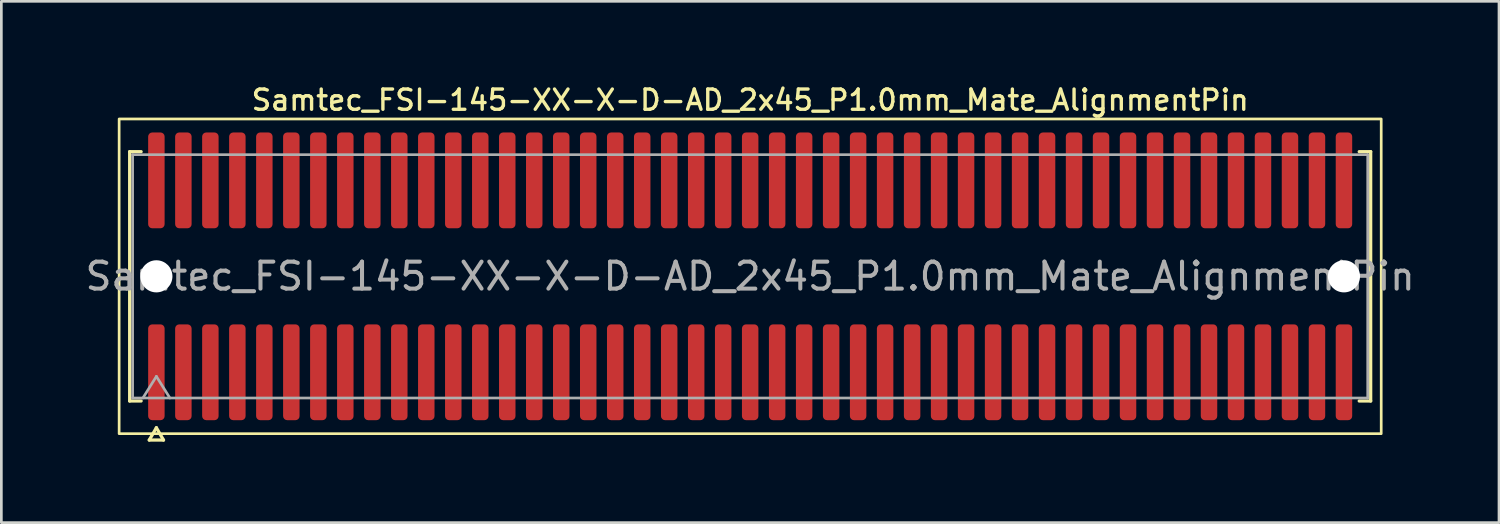
<source format=kicad_pcb>
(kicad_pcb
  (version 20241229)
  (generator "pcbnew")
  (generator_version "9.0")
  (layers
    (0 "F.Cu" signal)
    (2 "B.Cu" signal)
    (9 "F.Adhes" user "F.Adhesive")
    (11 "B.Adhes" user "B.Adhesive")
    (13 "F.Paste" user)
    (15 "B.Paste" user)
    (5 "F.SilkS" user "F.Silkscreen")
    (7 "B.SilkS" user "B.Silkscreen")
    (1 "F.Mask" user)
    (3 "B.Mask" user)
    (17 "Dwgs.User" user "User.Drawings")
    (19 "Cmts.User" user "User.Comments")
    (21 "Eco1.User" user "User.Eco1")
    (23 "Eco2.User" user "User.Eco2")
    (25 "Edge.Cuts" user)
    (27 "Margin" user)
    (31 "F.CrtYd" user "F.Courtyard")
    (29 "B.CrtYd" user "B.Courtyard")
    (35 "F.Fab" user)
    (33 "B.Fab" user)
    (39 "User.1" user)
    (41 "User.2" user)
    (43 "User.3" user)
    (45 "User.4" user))
  (footprint "Samtec_FSI-145-XX-X-D-AD_2x45_P1.0mm_Mate_AlignmentPin"
    (layer "F.Cu")
    (at 24.744 7.188)
    (property "Reference" "Samtec_FSI-145-XX-X-D-AD_2x45_P1.0mm_Mate_AlignmentPin" (at 0 -6.53 0) (layer "F.SilkS") (effects (font (size 0.75 0.75) (thickness 0.125))))
    (attr exclude_from_pos_files exclude_from_bom)
    (fp_line (start -22.99 -4.619) (end -22.565 -4.619) (stroke (width 0.12) (type solid)) (layer "F.SilkS"))
    (fp_line (start -22.99 4.619) (end -22.99 -4.619) (stroke (width 0.12) (type solid)) (layer "F.SilkS"))
    (fp_line (start -22.565 4.619) (end -22.99 4.619) (stroke (width 0.12) (type solid)) (layer "F.SilkS"))
    (fp_line (start -22.264 6.066) (end -22 5.609) (stroke (width 0.12) (type solid)) (layer "F.SilkS"))
    (fp_line (start -22 5.609) (end -21.736 6.066) (stroke (width 0.12) (type solid)) (layer "F.SilkS"))
    (fp_line (start -21.736 6.066) (end -22.264 6.066) (stroke (width 0.12) (type solid)) (layer "F.SilkS"))
    (fp_line (start 22.565 -4.619) (end 22.99 -4.619) (stroke (width 0.12) (type solid)) (layer "F.SilkS"))
    (fp_line (start 22.99 -4.619) (end 22.99 4.619) (stroke (width 0.12) (type solid)) (layer "F.SilkS"))
    (fp_line (start 22.99 4.619) (end 22.565 4.619) (stroke (width 0.12) (type solid)) (layer "F.SilkS"))
    (fp_rect (start -23.38 -5.83) (end 23.38 5.83) (stroke (width 0.1) (type solid)) (fill no) (layer "F.SilkS"))
    (fp_line (start -22.88 -4.508) (end 22.88 -4.508) (stroke (width 0.1) (type solid)) (layer "F.Fab"))
    (fp_line (start -22.88 4.508) (end -22.88 -4.508) (stroke (width 0.1) (type solid)) (layer "F.Fab"))
    (fp_line (start -22.5 4.508) (end -22 3.708) (stroke (width 0.1) (type solid)) (layer "F.Fab"))
    (fp_line (start -22 3.708) (end -21.5 4.508) (stroke (width 0.1) (type solid)) (layer "F.Fab"))
    (fp_line (start 22.88 -4.508) (end 22.88 4.508) (stroke (width 0.1) (type solid)) (layer "F.Fab"))
    (fp_line (start 22.88 4.508) (end -22.88 4.508) (stroke (width 0.1) (type solid)) (layer "F.Fab"))
    (fp_text user "${REFERENCE}" (at 0 0 0) (layer "F.Fab") (effects (font (size 1 1) (thickness 0.15))))
    (pad "" np_thru_hole circle (at -22 0) (size 1.19 1.19) (drill 1.19) (layers "*.Cu" "*.Mask"))
    (pad "" np_thru_hole circle (at 22 0) (size 1.19 1.19) (drill 1.19) (layers "*.Cu" "*.Mask"))
    (pad "1" smd roundrect (at -22 3.555) (size 0.61 3.55) (layers "F.Cu" "F.Mask") (roundrect_rratio 0.25))
    (pad "2" smd roundrect (at -22 -3.555) (size 0.61 3.55) (layers "F.Cu" "F.Mask") (roundrect_rratio 0.25))
    (pad "3" smd roundrect (at -21 3.555) (size 0.61 3.55) (layers "F.Cu" "F.Mask") (roundrect_rratio 0.25))
    (pad "4" smd roundrect (at -21 -3.555) (size 0.61 3.55) (layers "F.Cu" "F.Mask") (roundrect_rratio 0.25))
    (pad "5" smd roundrect (at -20 3.555) (size 0.61 3.55) (layers "F.Cu" "F.Mask") (roundrect_rratio 0.25))
    (pad "6" smd roundrect (at -20 -3.555) (size 0.61 3.55) (layers "F.Cu" "F.Mask") (roundrect_rratio 0.25))
    (pad "7" smd roundrect (at -19 3.555) (size 0.61 3.55) (layers "F.Cu" "F.Mask") (roundrect_rratio 0.25))
    (pad "8" smd roundrect (at -19 -3.555) (size 0.61 3.55) (layers "F.Cu" "F.Mask") (roundrect_rratio 0.25))
    (pad "9" smd roundrect (at -18 3.555) (size 0.61 3.55) (layers "F.Cu" "F.Mask") (roundrect_rratio 0.25))
    (pad "10" smd roundrect (at -18 -3.555) (size 0.61 3.55) (layers "F.Cu" "F.Mask") (roundrect_rratio 0.25))
    (pad "11" smd roundrect (at -17 3.555) (size 0.61 3.55) (layers "F.Cu" "F.Mask") (roundrect_rratio 0.25))
    (pad "12" smd roundrect (at -17 -3.555) (size 0.61 3.55) (layers "F.Cu" "F.Mask") (roundrect_rratio 0.25))
    (pad "13" smd roundrect (at -16 3.555) (size 0.61 3.55) (layers "F.Cu" "F.Mask") (roundrect_rratio 0.25))
    (pad "14" smd roundrect (at -16 -3.555) (size 0.61 3.55) (layers "F.Cu" "F.Mask") (roundrect_rratio 0.25))
    (pad "15" smd roundrect (at -15 3.555) (size 0.61 3.55) (layers "F.Cu" "F.Mask") (roundrect_rratio 0.25))
    (pad "16" smd roundrect (at -15 -3.555) (size 0.61 3.55) (layers "F.Cu" "F.Mask") (roundrect_rratio 0.25))
    (pad "17" smd roundrect (at -14 3.555) (size 0.61 3.55) (layers "F.Cu" "F.Mask") (roundrect_rratio 0.25))
    (pad "18" smd roundrect (at -14 -3.555) (size 0.61 3.55) (layers "F.Cu" "F.Mask") (roundrect_rratio 0.25))
    (pad "19" smd roundrect (at -13 3.555) (size 0.61 3.55) (layers "F.Cu" "F.Mask") (roundrect_rratio 0.25))
    (pad "20" smd roundrect (at -13 -3.555) (size 0.61 3.55) (layers "F.Cu" "F.Mask") (roundrect_rratio 0.25))
    (pad "21" smd roundrect (at -12 3.555) (size 0.61 3.55) (layers "F.Cu" "F.Mask") (roundrect_rratio 0.25))
    (pad "22" smd roundrect (at -12 -3.555) (size 0.61 3.55) (layers "F.Cu" "F.Mask") (roundrect_rratio 0.25))
    (pad "23" smd roundrect (at -11 3.555) (size 0.61 3.55) (layers "F.Cu" "F.Mask") (roundrect_rratio 0.25))
    (pad "24" smd roundrect (at -11 -3.555) (size 0.61 3.55) (layers "F.Cu" "F.Mask") (roundrect_rratio 0.25))
    (pad "25" smd roundrect (at -10 3.555) (size 0.61 3.55) (layers "F.Cu" "F.Mask") (roundrect_rratio 0.25))
    (pad "26" smd roundrect (at -10 -3.555) (size 0.61 3.55) (layers "F.Cu" "F.Mask") (roundrect_rratio 0.25))
    (pad "27" smd roundrect (at -9 3.555) (size 0.61 3.55) (layers "F.Cu" "F.Mask") (roundrect_rratio 0.25))
    (pad "28" smd roundrect (at -9 -3.555) (size 0.61 3.55) (layers "F.Cu" "F.Mask") (roundrect_rratio 0.25))
    (pad "29" smd roundrect (at -8 3.555) (size 0.61 3.55) (layers "F.Cu" "F.Mask") (roundrect_rratio 0.25))
    (pad "30" smd roundrect (at -8 -3.555) (size 0.61 3.55) (layers "F.Cu" "F.Mask") (roundrect_rratio 0.25))
    (pad "31" smd roundrect (at -7 3.555) (size 0.61 3.55) (layers "F.Cu" "F.Mask") (roundrect_rratio 0.25))
    (pad "32" smd roundrect (at -7 -3.555) (size 0.61 3.55) (layers "F.Cu" "F.Mask") (roundrect_rratio 0.25))
    (pad "33" smd roundrect (at -6 3.555) (size 0.61 3.55) (layers "F.Cu" "F.Mask") (roundrect_rratio 0.25))
    (pad "34" smd roundrect (at -6 -3.555) (size 0.61 3.55) (layers "F.Cu" "F.Mask") (roundrect_rratio 0.25))
    (pad "35" smd roundrect (at -5 3.555) (size 0.61 3.55) (layers "F.Cu" "F.Mask") (roundrect_rratio 0.25))
    (pad "36" smd roundrect (at -5 -3.555) (size 0.61 3.55) (layers "F.Cu" "F.Mask") (roundrect_rratio 0.25))
    (pad "37" smd roundrect (at -4 3.555) (size 0.61 3.55) (layers "F.Cu" "F.Mask") (roundrect_rratio 0.25))
    (pad "38" smd roundrect (at -4 -3.555) (size 0.61 3.55) (layers "F.Cu" "F.Mask") (roundrect_rratio 0.25))
    (pad "39" smd roundrect (at -3 3.555) (size 0.61 3.55) (layers "F.Cu" "F.Mask") (roundrect_rratio 0.25))
    (pad "40" smd roundrect (at -3 -3.555) (size 0.61 3.55) (layers "F.Cu" "F.Mask") (roundrect_rratio 0.25))
    (pad "41" smd roundrect (at -2 3.555) (size 0.61 3.55) (layers "F.Cu" "F.Mask") (roundrect_rratio 0.25))
    (pad "42" smd roundrect (at -2 -3.555) (size 0.61 3.55) (layers "F.Cu" "F.Mask") (roundrect_rratio 0.25))
    (pad "43" smd roundrect (at -1 3.555) (size 0.61 3.55) (layers "F.Cu" "F.Mask") (roundrect_rratio 0.25))
    (pad "44" smd roundrect (at -1 -3.555) (size 0.61 3.55) (layers "F.Cu" "F.Mask") (roundrect_rratio 0.25))
    (pad "45" smd roundrect (at 0 3.555) (size 0.61 3.55) (layers "F.Cu" "F.Mask") (roundrect_rratio 0.25))
    (pad "46" smd roundrect (at 0 -3.555) (size 0.61 3.55) (layers "F.Cu" "F.Mask") (roundrect_rratio 0.25))
    (pad "47" smd roundrect (at 1 3.555) (size 0.61 3.55) (layers "F.Cu" "F.Mask") (roundrect_rratio 0.25))
    (pad "48" smd roundrect (at 1 -3.555) (size 0.61 3.55) (layers "F.Cu" "F.Mask") (roundrect_rratio 0.25))
    (pad "49" smd roundrect (at 2 3.555) (size 0.61 3.55) (layers "F.Cu" "F.Mask") (roundrect_rratio 0.25))
    (pad "50" smd roundrect (at 2 -3.555) (size 0.61 3.55) (layers "F.Cu" "F.Mask") (roundrect_rratio 0.25))
    (pad "51" smd roundrect (at 3 3.555) (size 0.61 3.55) (layers "F.Cu" "F.Mask") (roundrect_rratio 0.25))
    (pad "52" smd roundrect (at 3 -3.555) (size 0.61 3.55) (layers "F.Cu" "F.Mask") (roundrect_rratio 0.25))
    (pad "53" smd roundrect (at 4 3.555) (size 0.61 3.55) (layers "F.Cu" "F.Mask") (roundrect_rratio 0.25))
    (pad "54" smd roundrect (at 4 -3.555) (size 0.61 3.55) (layers "F.Cu" "F.Mask") (roundrect_rratio 0.25))
    (pad "55" smd roundrect (at 5 3.555) (size 0.61 3.55) (layers "F.Cu" "F.Mask") (roundrect_rratio 0.25))
    (pad "56" smd roundrect (at 5 -3.555) (size 0.61 3.55) (layers "F.Cu" "F.Mask") (roundrect_rratio 0.25))
    (pad "57" smd roundrect (at 6 3.555) (size 0.61 3.55) (layers "F.Cu" "F.Mask") (roundrect_rratio 0.25))
    (pad "58" smd roundrect (at 6 -3.555) (size 0.61 3.55) (layers "F.Cu" "F.Mask") (roundrect_rratio 0.25))
    (pad "59" smd roundrect (at 7 3.555) (size 0.61 3.55) (layers "F.Cu" "F.Mask") (roundrect_rratio 0.25))
    (pad "60" smd roundrect (at 7 -3.555) (size 0.61 3.55) (layers "F.Cu" "F.Mask") (roundrect_rratio 0.25))
    (pad "61" smd roundrect (at 8 3.555) (size 0.61 3.55) (layers "F.Cu" "F.Mask") (roundrect_rratio 0.25))
    (pad "62" smd roundrect (at 8 -3.555) (size 0.61 3.55) (layers "F.Cu" "F.Mask") (roundrect_rratio 0.25))
    (pad "63" smd roundrect (at 9 3.555) (size 0.61 3.55) (layers "F.Cu" "F.Mask") (roundrect_rratio 0.25))
    (pad "64" smd roundrect (at 9 -3.555) (size 0.61 3.55) (layers "F.Cu" "F.Mask") (roundrect_rratio 0.25))
    (pad "65" smd roundrect (at 10 3.555) (size 0.61 3.55) (layers "F.Cu" "F.Mask") (roundrect_rratio 0.25))
    (pad "66" smd roundrect (at 10 -3.555) (size 0.61 3.55) (layers "F.Cu" "F.Mask") (roundrect_rratio 0.25))
    (pad "67" smd roundrect (at 11 3.555) (size 0.61 3.55) (layers "F.Cu" "F.Mask") (roundrect_rratio 0.25))
    (pad "68" smd roundrect (at 11 -3.555) (size 0.61 3.55) (layers "F.Cu" "F.Mask") (roundrect_rratio 0.25))
    (pad "69" smd roundrect (at 12 3.555) (size 0.61 3.55) (layers "F.Cu" "F.Mask") (roundrect_rratio 0.25))
    (pad "70" smd roundrect (at 12 -3.555) (size 0.61 3.55) (layers "F.Cu" "F.Mask") (roundrect_rratio 0.25))
    (pad "71" smd roundrect (at 13 3.555) (size 0.61 3.55) (layers "F.Cu" "F.Mask") (roundrect_rratio 0.25))
    (pad "72" smd roundrect (at 13 -3.555) (size 0.61 3.55) (layers "F.Cu" "F.Mask") (roundrect_rratio 0.25))
    (pad "73" smd roundrect (at 14 3.555) (size 0.61 3.55) (layers "F.Cu" "F.Mask") (roundrect_rratio 0.25))
    (pad "74" smd roundrect (at 14 -3.555) (size 0.61 3.55) (layers "F.Cu" "F.Mask") (roundrect_rratio 0.25))
    (pad "75" smd roundrect (at 15 3.555) (size 0.61 3.55) (layers "F.Cu" "F.Mask") (roundrect_rratio 0.25))
    (pad "76" smd roundrect (at 15 -3.555) (size 0.61 3.55) (layers "F.Cu" "F.Mask") (roundrect_rratio 0.25))
    (pad "77" smd roundrect (at 16 3.555) (size 0.61 3.55) (layers "F.Cu" "F.Mask") (roundrect_rratio 0.25))
    (pad "78" smd roundrect (at 16 -3.555) (size 0.61 3.55) (layers "F.Cu" "F.Mask") (roundrect_rratio 0.25))
    (pad "79" smd roundrect (at 17 3.555) (size 0.61 3.55) (layers "F.Cu" "F.Mask") (roundrect_rratio 0.25))
    (pad "80" smd roundrect (at 17 -3.555) (size 0.61 3.55) (layers "F.Cu" "F.Mask") (roundrect_rratio 0.25))
    (pad "81" smd roundrect (at 18 3.555) (size 0.61 3.55) (layers "F.Cu" "F.Mask") (roundrect_rratio 0.25))
    (pad "82" smd roundrect (at 18 -3.555) (size 0.61 3.55) (layers "F.Cu" "F.Mask") (roundrect_rratio 0.25))
    (pad "83" smd roundrect (at 19 3.555) (size 0.61 3.55) (layers "F.Cu" "F.Mask") (roundrect_rratio 0.25))
    (pad "84" smd roundrect (at 19 -3.555) (size 0.61 3.55) (layers "F.Cu" "F.Mask") (roundrect_rratio 0.25))
    (pad "85" smd roundrect (at 20 3.555) (size 0.61 3.55) (layers "F.Cu" "F.Mask") (roundrect_rratio 0.25))
    (pad "86" smd roundrect (at 20 -3.555) (size 0.61 3.55) (layers "F.Cu" "F.Mask") (roundrect_rratio 0.25))
    (pad "87" smd roundrect (at 21 3.555) (size 0.61 3.55) (layers "F.Cu" "F.Mask") (roundrect_rratio 0.25))
    (pad "88" smd roundrect (at 21 -3.555) (size 0.61 3.55) (layers "F.Cu" "F.Mask") (roundrect_rratio 0.25))
    (pad "89" smd roundrect (at 22 3.555) (size 0.61 3.55) (layers "F.Cu" "F.Mask") (roundrect_rratio 0.25))
    (pad "90" smd roundrect (at 22 -3.555) (size 0.61 3.55) (layers "F.Cu" "F.Mask") (roundrect_rratio 0.25)))
  (gr_rect
    (start -3 -3)
    (end 52.488 16.314)
    (stroke (width 0.1) (type default))
    (fill no)
    (layer "Edge.Cuts")))
</source>
